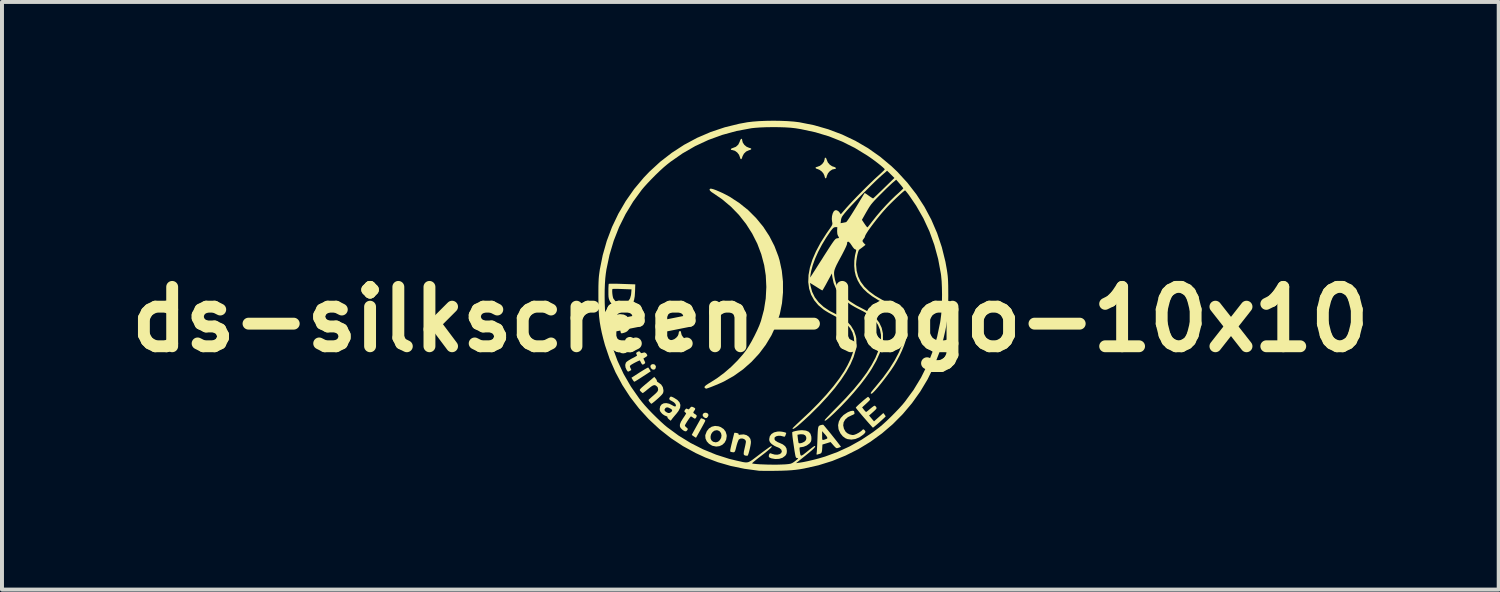
<source format=kicad_pcb>
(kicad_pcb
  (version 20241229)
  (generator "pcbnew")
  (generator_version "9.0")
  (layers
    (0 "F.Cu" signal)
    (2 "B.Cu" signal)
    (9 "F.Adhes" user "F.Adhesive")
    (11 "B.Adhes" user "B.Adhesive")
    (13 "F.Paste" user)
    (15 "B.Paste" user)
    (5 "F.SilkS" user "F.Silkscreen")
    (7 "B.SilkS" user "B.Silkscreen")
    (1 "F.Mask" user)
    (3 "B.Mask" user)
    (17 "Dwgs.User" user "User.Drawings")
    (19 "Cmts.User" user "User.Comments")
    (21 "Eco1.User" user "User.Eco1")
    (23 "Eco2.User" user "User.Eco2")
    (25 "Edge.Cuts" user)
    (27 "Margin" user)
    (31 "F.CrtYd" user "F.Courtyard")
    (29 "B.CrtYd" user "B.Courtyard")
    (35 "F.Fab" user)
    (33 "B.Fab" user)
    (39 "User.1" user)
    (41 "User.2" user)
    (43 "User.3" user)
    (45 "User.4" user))
  (footprint "ds-silkscreen-logo-10x10"
    (layer "F.Cu")
    (at 16.446 4.391)
    (property "Reference" "ds-silkscreen-logo-10x10" (at -0.539 0.629 0) (layer "F.SilkS") (effects (font (size 1.5 1.5) (thickness 0.3))))
    (attr board_only exclude_from_pos_files exclude_from_bom)
    (fp_poly (pts (xy -2.952 1.771) (xy -2.928 1.807) (xy -2.925 1.83) (xy -2.937 1.873) (xy -2.966 1.897) (xy -3.005 1.897) (xy -3.041 1.872) (xy -3.064 1.83) (xy -3.06 1.792) (xy -3.032 1.765) (xy -2.996 1.758)) (stroke (width 0) (type solid)) (fill yes) (layer "F.SilkS"))
    (fp_poly (pts (xy -1.649 2.988) (xy -1.609 3.01) (xy -1.596 3.045) (xy -1.612 3.088) (xy -1.641 3.119) (xy -1.673 3.122) (xy -1.713 3.101) (xy -1.741 3.067) (xy -1.743 3.032) (xy -1.724 3.002) (xy -1.688 2.986)) (stroke (width 0) (type solid)) (fill yes) (layer "F.SilkS"))
    (fp_poly (pts (xy -3.105 1.863) (xy -3.084 1.896) (xy -3.083 1.897) (xy -3.056 1.941) (xy -3.257 2.072) (xy -3.328 2.118) (xy -3.389 2.157) (xy -3.436 2.186) (xy -3.464 2.201) (xy -3.47 2.203) (xy -3.485 2.191) (xy -3.507 2.161) (xy -3.512 2.153) (xy -3.543 2.103) (xy -3.336 1.969) (xy -3.264 1.924) (xy -3.202 1.886) (xy -3.154 1.859) (xy -3.125 1.845) (xy -3.119 1.844)) (stroke (width 0) (type solid)) (fill yes) (layer "F.SilkS"))
    (fp_poly (pts (xy -1.769 3.129) (xy -1.734 3.142) (xy -1.723 3.147) (xy -1.688 3.166) (xy -1.677 3.183) (xy -1.684 3.206) (xy -1.686 3.209) (xy -1.707 3.25) (xy -1.737 3.306) (xy -1.772 3.37) (xy -1.809 3.437) (xy -1.845 3.501) (xy -1.876 3.556) (xy -1.899 3.597) (xy -1.911 3.617) (xy -1.912 3.619) (xy -1.926 3.611) (xy -1.956 3.592) (xy -1.966 3.585) (xy -1.999 3.563) (xy -2.017 3.548) (xy -2.018 3.546) (xy -2.011 3.531) (xy -1.991 3.494) (xy -1.962 3.441) (xy -1.928 3.379) (xy -1.891 3.312) (xy -1.855 3.248) (xy -1.824 3.192) (xy -1.8 3.15) (xy -1.787 3.129) (xy -1.785 3.127)) (stroke (width 0) (type solid)) (fill yes) (layer "F.SilkS"))
    (fp_poly (pts (xy -0.746 -3.914) (xy -0.746 -3.903) (xy -0.731 -3.841) (xy -0.692 -3.782) (xy -0.636 -3.735) (xy -0.57 -3.706) (xy -0.56 -3.704) (xy -0.522 -3.691) (xy -0.514 -3.675) (xy -0.536 -3.657) (xy -0.576 -3.644) (xy -0.645 -3.613) (xy -0.701 -3.559) (xy -0.737 -3.492) (xy -0.74 -3.48) (xy -0.756 -3.434) (xy -0.774 -3.417) (xy -0.789 -3.43) (xy -0.8 -3.464) (xy -0.825 -3.531) (xy -0.871 -3.589) (xy -0.928 -3.631) (xy -0.99 -3.649) (xy -0.999 -3.65) (xy -1.027 -3.656) (xy -1.031 -3.673) (xy -1.013 -3.691) (xy -0.977 -3.704) (xy -0.903 -3.733) (xy -0.845 -3.786) (xy -0.809 -3.858) (xy -0.807 -3.866) (xy -0.791 -3.908) (xy -0.772 -3.932) (xy -0.756 -3.935)) (stroke (width 0) (type solid)) (fill yes) (layer "F.SilkS"))
    (fp_poly (pts (xy 1.378 -3.44) (xy 1.392 -3.404) (xy 1.393 -3.4) (xy 1.419 -3.337) (xy 1.468 -3.28) (xy 1.528 -3.24) (xy 1.566 -3.228) (xy 1.603 -3.214) (xy 1.623 -3.196) (xy 1.621 -3.18) (xy 1.595 -3.172) (xy 1.592 -3.172) (xy 1.53 -3.158) (xy 1.471 -3.119) (xy 1.423 -3.063) (xy 1.394 -2.998) (xy 1.392 -2.988) (xy 1.38 -2.947) (xy 1.364 -2.933) (xy 1.349 -2.946) (xy 1.341 -2.969) (xy 1.331 -3.007) (xy 1.331 -3.007) (xy 1.306 -3.06) (xy 1.261 -3.112) (xy 1.204 -3.152) (xy 1.164 -3.168) (xy 1.12 -3.184) (xy 1.106 -3.202) (xy 1.121 -3.218) (xy 1.153 -3.227) (xy 1.219 -3.252) (xy 1.277 -3.297) (xy 1.319 -3.355) (xy 1.338 -3.417) (xy 1.338 -3.426) (xy 1.345 -3.454) (xy 1.36 -3.458)) (stroke (width 0) (type solid)) (fill yes) (layer "F.SilkS"))
    (fp_poly (pts (xy -2.306 0.922) (xy -2.292 0.945) (xy -2.288 0.968) (xy -2.274 1.024) (xy -2.237 1.079) (xy -2.186 1.123) (xy -2.128 1.15) (xy -2.099 1.154) (xy -2.068 1.162) (xy -2.057 1.171) (xy -2.058 1.193) (xy -2.083 1.21) (xy -2.124 1.217) (xy -2.125 1.217) (xy -2.17 1.231) (xy -2.217 1.266) (xy -2.256 1.315) (xy -2.28 1.367) (xy -2.283 1.378) (xy -2.296 1.423) (xy -2.317 1.44) (xy -2.341 1.429) (xy -2.35 1.407) (xy -2.352 1.381) (xy -2.365 1.34) (xy -2.399 1.294) (xy -2.445 1.252) (xy -2.494 1.225) (xy -2.511 1.219) (xy -2.556 1.203) (xy -2.572 1.183) (xy -2.559 1.163) (xy -2.515 1.148) (xy -2.514 1.148) (xy -2.461 1.128) (xy -2.411 1.091) (xy -2.372 1.045) (xy -2.353 0.999) (xy -2.352 0.99) (xy -2.345 0.949) (xy -2.328 0.923) (xy -2.307 0.922)) (stroke (width 0) (type solid)) (fill yes) (layer "F.SilkS"))
    (fp_poly (pts (xy -1.343 3.329) (xy -1.293 3.347) (xy -1.215 3.397) (xy -1.163 3.465) (xy -1.138 3.548) (xy -1.136 3.579) (xy -1.15 3.668) (xy -1.189 3.742) (xy -1.247 3.797) (xy -1.32 3.831) (xy -1.403 3.841) (xy -1.491 3.823) (xy -1.509 3.816) (xy -1.584 3.77) (xy -1.64 3.709) (xy -1.672 3.638) (xy -1.677 3.578) (xy -1.543 3.578) (xy -1.543 3.633) (xy -1.523 3.682) (xy -1.483 3.718) (xy -1.475 3.721) (xy -1.411 3.735) (xy -1.354 3.718) (xy -1.31 3.679) (xy -1.277 3.622) (xy -1.267 3.561) (xy -1.279 3.505) (xy -1.309 3.46) (xy -1.357 3.433) (xy -1.392 3.428) (xy -1.449 3.441) (xy -1.494 3.475) (xy -1.527 3.523) (xy -1.543 3.578) (xy -1.677 3.578) (xy -1.678 3.564) (xy -1.674 3.544) (xy -1.639 3.453) (xy -1.584 3.384) (xy -1.514 3.339) (xy -1.432 3.32)) (stroke (width 0) (type solid)) (fill yes) (layer "F.SilkS"))
    (fp_poly (pts (xy 2.077 2.942) (xy 2.085 2.958) (xy 2.091 2.994) (xy 2.094 3.002) (xy 2.085 3.021) (xy 2.045 3.042) (xy 2.022 3.051) (xy 1.927 3.097) (xy 1.859 3.157) (xy 1.818 3.227) (xy 1.807 3.305) (xy 1.825 3.389) (xy 1.865 3.462) (xy 1.909 3.503) (xy 1.971 3.534) (xy 2.037 3.549) (xy 2.076 3.547) (xy 2.136 3.526) (xy 2.202 3.491) (xy 2.26 3.451) (xy 2.283 3.43) (xy 2.307 3.407) (xy 2.325 3.408) (xy 2.342 3.422) (xy 2.366 3.451) (xy 2.367 3.479) (xy 2.343 3.512) (xy 2.313 3.54) (xy 2.217 3.608) (xy 2.116 3.65) (xy 2.014 3.665) (xy 1.917 3.653) (xy 1.866 3.633) (xy 1.797 3.583) (xy 1.738 3.51) (xy 1.696 3.423) (xy 1.688 3.397) (xy 1.678 3.301) (xy 1.697 3.208) (xy 1.744 3.12) (xy 1.817 3.043) (xy 1.914 2.979) (xy 1.938 2.967) (xy 1.997 2.944) (xy 2.045 2.936)) (stroke (width 0) (type solid)) (fill yes) (layer "F.SilkS"))
    (fp_poly (pts (xy -3.502 1.096) (xy -3.453 1.145) (xy -3.418 1.212) (xy -3.402 1.288) (xy -3.402 1.302) (xy -3.404 1.341) (xy -3.416 1.357) (xy -3.445 1.36) (xy -3.447 1.36) (xy -3.477 1.357) (xy -3.492 1.342) (xy -3.5 1.305) (xy -3.502 1.295) (xy -3.518 1.232) (xy -3.542 1.197) (xy -3.568 1.19) (xy -3.591 1.211) (xy -3.606 1.259) (xy -3.609 1.3) (xy -3.618 1.384) (xy -3.645 1.443) (xy -3.692 1.477) (xy -3.753 1.487) (xy -3.806 1.478) (xy -3.851 1.444) (xy -3.901 1.374) (xy -3.933 1.292) (xy -3.943 1.226) (xy -3.94 1.188) (xy -3.927 1.173) (xy -3.893 1.17) (xy -3.891 1.17) (xy -3.857 1.172) (xy -3.842 1.186) (xy -3.837 1.22) (xy -3.837 1.23) (xy -3.828 1.297) (xy -3.806 1.34) (xy -3.774 1.358) (xy -3.763 1.357) (xy -3.743 1.351) (xy -3.73 1.332) (xy -3.723 1.293) (xy -3.719 1.257) (xy -3.71 1.199) (xy -3.699 1.149) (xy -3.69 1.126) (xy -3.658 1.094) (xy -3.609 1.074) (xy -3.561 1.072)) (stroke (width 0) (type solid)) (fill yes) (layer "F.SilkS"))
    (fp_poly (pts (xy -3.984 -0.273) (xy -3.9 -0.272) (xy -3.803 -0.269) (xy -3.776 -0.268) (xy -3.446 -0.257) (xy -3.452 -0.073) (xy -3.46 0.046) (xy -3.477 0.138) (xy -3.504 0.209) (xy -3.543 0.264) (xy -3.593 0.305) (xy -3.666 0.338) (xy -3.753 0.353) (xy -3.842 0.35) (xy -3.902 0.336) (xy -3.981 0.297) (xy -4.039 0.246) (xy -4.086 0.174) (xy -4.103 0.136) (xy -4.115 0.1) (xy -4.122 0.057) (xy -4.125 -0.001) (xy -4.125 -0.072) (xy -4.029 -0.072) (xy -4.025 -0.017) (xy -4.017 0.039) (xy -4.006 0.085) (xy -3.999 0.102) (xy -3.95 0.165) (xy -3.882 0.205) (xy -3.802 0.221) (xy -3.712 0.211) (xy -3.668 0.197) (xy -3.617 0.16) (xy -3.578 0.098) (xy -3.554 0.013) (xy -3.549 -0.03) (xy -3.541 -0.13) (xy -3.777 -0.139) (xy -3.86 -0.142) (xy -3.932 -0.143) (xy -3.986 -0.143) (xy -4.017 -0.141) (xy -4.022 -0.14) (xy -4.028 -0.117) (xy -4.029 -0.072) (xy -4.125 -0.072) (xy -4.125 -0.081) (xy -4.125 -0.153) (xy -4.122 -0.214) (xy -4.119 -0.255) (xy -4.115 -0.27) (xy -4.097 -0.272) (xy -4.052 -0.273)) (stroke (width 0) (type solid)) (fill yes) (layer "F.SilkS"))
    (fp_poly (pts (xy -1.989 2.843) (xy -1.946 2.865) (xy -1.931 2.885) (xy -1.939 2.912) (xy -1.955 2.935) (xy -1.976 2.967) (xy -1.979 2.988) (xy -1.961 3.006) (xy -1.919 3.032) (xy -1.894 3.057) (xy -1.899 3.091) (xy -1.914 3.116) (xy -1.931 3.134) (xy -1.947 3.135) (xy -1.976 3.118) (xy -1.984 3.112) (xy -2.017 3.09) (xy -2.038 3.079) (xy -2.04 3.078) (xy -2.053 3.091) (xy -2.078 3.123) (xy -2.109 3.167) (xy -2.141 3.216) (xy -2.168 3.261) (xy -2.188 3.296) (xy -2.193 3.311) (xy -2.181 3.333) (xy -2.153 3.359) (xy -2.151 3.36) (xy -2.124 3.384) (xy -2.12 3.404) (xy -2.131 3.425) (xy -2.157 3.453) (xy -2.188 3.456) (xy -2.23 3.435) (xy -2.261 3.411) (xy -2.302 3.369) (xy -2.32 3.326) (xy -2.317 3.276) (xy -2.292 3.214) (xy -2.244 3.135) (xy -2.241 3.131) (xy -2.205 3.078) (xy -2.178 3.035) (xy -2.163 3.009) (xy -2.161 3.004) (xy -2.172 2.988) (xy -2.188 2.975) (xy -2.205 2.958) (xy -2.204 2.94) (xy -2.188 2.913) (xy -2.166 2.886) (xy -2.146 2.882) (xy -2.128 2.891) (xy -2.103 2.902) (xy -2.083 2.892) (xy -2.064 2.868) (xy -2.039 2.84) (xy -2.016 2.834)) (stroke (width 0) (type solid)) (fill yes) (layer "F.SilkS"))
    (fp_poly (pts (xy -2.928 2.126) (xy -2.906 2.159) (xy -2.899 2.183) (xy -2.9 2.186) (xy -2.893 2.202) (xy -2.865 2.222) (xy -2.854 2.228) (xy -2.792 2.274) (xy -2.75 2.34) (xy -2.734 2.419) (xy -2.734 2.425) (xy -2.737 2.464) (xy -2.749 2.497) (xy -2.776 2.532) (xy -2.809 2.566) (xy -2.857 2.612) (xy -2.91 2.659) (xy -2.96 2.702) (xy -3.003 2.736) (xy -3.032 2.757) (xy -3.04 2.76) (xy -3.055 2.749) (xy -3.08 2.721) (xy -3.083 2.718) (xy -3.104 2.686) (xy -3.112 2.666) (xy -3.112 2.665) (xy -3.099 2.651) (xy -3.067 2.621) (xy -3.022 2.58) (xy -2.988 2.551) (xy -2.932 2.501) (xy -2.897 2.465) (xy -2.878 2.437) (xy -2.87 2.412) (xy -2.869 2.395) (xy -2.879 2.345) (xy -2.911 2.311) (xy -2.94 2.293) (xy -2.969 2.289) (xy -3.003 2.3) (xy -3.048 2.328) (xy -3.109 2.376) (xy -3.133 2.395) (xy -3.183 2.437) (xy -3.225 2.469) (xy -3.251 2.487) (xy -3.257 2.49) (xy -3.275 2.479) (xy -3.303 2.454) (xy -3.307 2.45) (xy -3.322 2.434) (xy -3.331 2.421) (xy -3.332 2.407) (xy -3.321 2.389) (xy -3.297 2.363) (xy -3.256 2.326) (xy -3.196 2.275) (xy -3.124 2.215) (xy -2.966 2.081)) (stroke (width 0) (type solid)) (fill yes) (layer "F.SilkS"))
    (fp_poly (pts (xy 0.237 3.463) (xy 0.288 3.471) (xy 0.333 3.482) (xy 0.362 3.493) (xy 0.368 3.499) (xy 0.363 3.515) (xy 0.352 3.549) (xy 0.351 3.552) (xy 0.336 3.585) (xy 0.318 3.593) (xy 0.292 3.586) (xy 0.228 3.57) (xy 0.165 3.569) (xy 0.113 3.582) (xy 0.079 3.607) (xy 0.073 3.619) (xy 0.072 3.66) (xy 0.098 3.697) (xy 0.153 3.73) (xy 0.193 3.746) (xy 0.281 3.786) (xy 0.34 3.832) (xy 0.373 3.886) (xy 0.384 3.951) (xy 0.384 3.953) (xy 0.379 4.008) (xy 0.362 4.048) (xy 0.339 4.077) (xy 0.273 4.125) (xy 0.188 4.152) (xy 0.09 4.156) (xy -0.003 4.14) (xy -0.054 4.12) (xy -0.074 4.09) (xy -0.068 4.049) (xy -0.064 4.04) (xy -0.051 4.016) (xy -0.034 4.01) (xy -0.003 4.02) (xy 0.009 4.025) (xy 0.077 4.044) (xy 0.143 4.047) (xy 0.199 4.034) (xy 0.239 4.007) (xy 0.256 3.968) (xy 0.256 3.962) (xy 0.243 3.92) (xy 0.202 3.883) (xy 0.132 3.851) (xy 0.123 3.848) (xy 0.064 3.82) (xy 0.008 3.783) (xy -0.007 3.77) (xy -0.043 3.73) (xy -0.059 3.692) (xy -0.062 3.655) (xy -0.048 3.583) (xy -0.007 3.525) (xy 0.057 3.484) (xy 0.141 3.463) (xy 0.19 3.46)) (stroke (width 0) (type solid)) (fill yes) (layer "F.SilkS"))
    (fp_poly (pts (xy -3.336 1.438) (xy -3.32 1.458) (xy -3.3 1.479) (xy -3.277 1.48) (xy -3.255 1.471) (xy -3.211 1.462) (xy -3.174 1.482) (xy -3.147 1.521) (xy -3.142 1.543) (xy -3.159 1.564) (xy -3.186 1.583) (xy -3.241 1.617) (xy -3.215 1.673) (xy -3.198 1.71) (xy -3.197 1.731) (xy -3.212 1.747) (xy -3.218 1.752) (xy -3.25 1.77) (xy -3.271 1.767) (xy -3.292 1.738) (xy -3.3 1.722) (xy -3.318 1.687) (xy -3.33 1.667) (xy -3.331 1.666) (xy -3.346 1.669) (xy -3.381 1.684) (xy -3.428 1.707) (xy -3.478 1.733) (xy -3.523 1.759) (xy -3.556 1.779) (xy -3.564 1.786) (xy -3.581 1.805) (xy -3.581 1.827) (xy -3.567 1.857) (xy -3.552 1.89) (xy -3.547 1.908) (xy -3.548 1.909) (xy -3.567 1.92) (xy -3.597 1.936) (xy -3.623 1.947) (xy -3.63 1.949) (xy -3.642 1.937) (xy -3.663 1.909) (xy -3.664 1.908) (xy -3.693 1.843) (xy -3.7 1.778) (xy -3.684 1.723) (xy -3.682 1.719) (xy -3.656 1.693) (xy -3.609 1.661) (xy -3.551 1.626) (xy -3.529 1.615) (xy -3.472 1.586) (xy -3.429 1.561) (xy -3.405 1.546) (xy -3.402 1.542) (xy -3.408 1.523) (xy -3.418 1.503) (xy -3.424 1.48) (xy -3.409 1.461) (xy -3.388 1.449) (xy -3.355 1.434)) (stroke (width 0) (type solid)) (fill yes) (layer "F.SilkS"))
    (fp_poly (pts (xy -2.51 2.589) (xy -2.467 2.61) (xy -2.383 2.663) (xy -2.329 2.723) (xy -2.306 2.789) (xy -2.314 2.862) (xy -2.354 2.942) (xy -2.404 3.008) (xy -2.449 3.06) (xy -2.489 3.108) (xy -2.517 3.143) (xy -2.519 3.147) (xy -2.551 3.189) (xy -2.597 3.152) (xy -2.625 3.124) (xy -2.634 3.102) (xy -2.633 3.098) (xy -2.638 3.083) (xy -2.67 3.07) (xy -2.671 3.07) (xy -2.712 3.052) (xy -2.758 3.02) (xy -2.774 3.005) (xy -2.811 2.961) (xy -2.827 2.921) (xy -2.828 2.908) (xy -2.708 2.908) (xy -2.698 2.943) (xy -2.656 2.975) (xy -2.614 2.994) (xy -2.584 2.994) (xy -2.55 2.976) (xy -2.546 2.974) (xy -2.516 2.943) (xy -2.517 2.914) (xy -2.544 2.89) (xy -2.602 2.859) (xy -2.643 2.85) (xy -2.676 2.862) (xy -2.686 2.871) (xy -2.708 2.908) (xy -2.828 2.908) (xy -2.829 2.889) (xy -2.816 2.824) (xy -2.781 2.777) (xy -2.729 2.749) (xy -2.663 2.743) (xy -2.588 2.759) (xy -2.52 2.793) (xy -2.468 2.822) (xy -2.436 2.829) (xy -2.427 2.825) (xy -2.418 2.797) (xy -2.434 2.761) (xy -2.469 2.724) (xy -2.519 2.693) (xy -2.567 2.667) (xy -2.587 2.643) (xy -2.584 2.617) (xy -2.571 2.596) (xy -2.557 2.582) (xy -2.54 2.579)) (stroke (width 0) (type solid)) (fill yes) (layer "F.SilkS"))
    (fp_poly (pts (xy -0.89 3.497) (xy -0.882 3.498) (xy -0.843 3.511) (xy -0.834 3.528) (xy -0.835 3.531) (xy -0.835 3.544) (xy -0.814 3.545) (xy -0.787 3.54) (xy -0.706 3.534) (xy -0.634 3.553) (xy -0.576 3.593) (xy -0.537 3.649) (xy -0.524 3.719) (xy -0.527 3.764) (xy -0.537 3.824) (xy -0.551 3.891) (xy -0.567 3.956) (xy -0.583 4.013) (xy -0.598 4.055) (xy -0.61 4.073) (xy -0.61 4.073) (xy -0.638 4.072) (xy -0.663 4.069) (xy -0.689 4.06) (xy -0.704 4.043) (xy -0.707 4.012) (xy -0.701 3.962) (xy -0.684 3.886) (xy -0.683 3.882) (xy -0.668 3.817) (xy -0.657 3.761) (xy -0.651 3.723) (xy -0.65 3.716) (xy -0.664 3.677) (xy -0.699 3.65) (xy -0.744 3.637) (xy -0.791 3.64) (xy -0.829 3.663) (xy -0.83 3.663) (xy -0.844 3.69) (xy -0.863 3.739) (xy -0.883 3.803) (xy -0.893 3.842) (xy -0.911 3.912) (xy -0.925 3.956) (xy -0.941 3.98) (xy -0.963 3.987) (xy -0.995 3.983) (xy -1.026 3.977) (xy -1.038 3.973) (xy -1.046 3.965) (xy -1.048 3.949) (xy -1.045 3.919) (xy -1.035 3.871) (xy -1.019 3.8) (xy -1.003 3.735) (xy -0.984 3.653) (xy -0.966 3.582) (xy -0.953 3.529) (xy -0.945 3.499) (xy -0.943 3.494) (xy -0.926 3.493)) (stroke (width 0) (type solid)) (fill yes) (layer "F.SilkS"))
    (fp_poly (pts (xy -3.735 0.507) (xy -3.664 0.543) (xy -3.609 0.606) (xy -3.597 0.629) (xy -3.566 0.716) (xy -3.566 0.798) (xy -3.596 0.871) (xy -3.65 0.929) (xy -3.685 0.95) (xy -3.73 0.967) (xy -3.773 0.978) (xy -3.802 0.979) (xy -3.808 0.976) (xy -3.813 0.958) (xy -3.823 0.917) (xy -3.836 0.857) (xy -3.846 0.805) (xy -3.86 0.736) (xy -3.872 0.68) (xy -3.881 0.644) (xy -3.885 0.635) (xy -3.778 0.635) (xy -3.773 0.673) (xy -3.765 0.722) (xy -3.755 0.771) (xy -3.745 0.811) (xy -3.743 0.817) (xy -3.727 0.833) (xy -3.703 0.822) (xy -3.676 0.789) (xy -3.673 0.785) (xy -3.659 0.749) (xy -3.664 0.712) (xy -3.67 0.697) (xy -3.691 0.665) (xy -3.722 0.637) (xy -3.754 0.618) (xy -3.776 0.617) (xy -3.778 0.618) (xy -3.778 0.635) (xy -3.885 0.635) (xy -3.885 0.633) (xy -3.9 0.638) (xy -3.927 0.66) (xy -3.934 0.666) (xy -3.967 0.721) (xy -3.973 0.79) (xy -3.953 0.871) (xy -3.95 0.878) (xy -3.933 0.923) (xy -3.93 0.948) (xy -3.942 0.964) (xy -3.967 0.976) (xy -3.993 0.985) (xy -4.01 0.979) (xy -4.026 0.952) (xy -4.038 0.927) (xy -4.073 0.819) (xy -4.078 0.722) (xy -4.054 0.635) (xy -4.051 0.629) (xy -4 0.559) (xy -3.934 0.516) (xy -3.848 0.497) (xy -3.825 0.496)) (stroke (width 0) (type solid)) (fill yes) (layer "F.SilkS"))
    (fp_poly (pts (xy 1.303 3.291) (xy 1.318 3.306) (xy 1.348 3.341) (xy 1.39 3.392) (xy 1.441 3.453) (xy 1.497 3.522) (xy 1.554 3.594) (xy 1.61 3.664) (xy 1.661 3.729) (xy 1.703 3.783) (xy 1.734 3.824) (xy 1.749 3.845) (xy 1.749 3.848) (xy 1.732 3.856) (xy 1.696 3.869) (xy 1.688 3.872) (xy 1.658 3.881) (xy 1.635 3.88) (xy 1.613 3.865) (xy 1.581 3.833) (xy 1.56 3.809) (xy 1.488 3.727) (xy 1.385 3.759) (xy 1.282 3.79) (xy 1.278 3.868) (xy 1.273 3.938) (xy 1.264 3.983) (xy 1.249 4.008) (xy 1.226 4.021) (xy 1.22 4.023) (xy 1.178 4.035) (xy 1.155 4.043) (xy 1.136 4.045) (xy 1.133 4.028) (xy 1.136 4.007) (xy 1.14 3.976) (xy 1.144 3.92) (xy 1.148 3.844) (xy 1.152 3.756) (xy 1.155 3.683) (xy 1.157 3.63) (xy 1.275 3.63) (xy 1.279 3.664) (xy 1.294 3.676) (xy 1.326 3.669) (xy 1.381 3.649) (xy 1.382 3.649) (xy 1.403 3.637) (xy 1.407 3.621) (xy 1.395 3.594) (xy 1.363 3.552) (xy 1.331 3.516) (xy 1.275 3.452) (xy 1.275 3.568) (xy 1.275 3.63) (xy 1.157 3.63) (xy 1.159 3.567) (xy 1.163 3.479) (xy 1.168 3.414) (xy 1.174 3.369) (xy 1.182 3.34) (xy 1.194 3.321) (xy 1.21 3.31) (xy 1.231 3.302) (xy 1.235 3.301) (xy 1.275 3.291) (xy 1.301 3.29)) (stroke (width 0) (type solid)) (fill yes) (layer "F.SilkS"))
    (fp_poly (pts (xy 2.452 2.597) (xy 2.472 2.621) (xy 2.483 2.639) (xy 2.484 2.655) (xy 2.471 2.676) (xy 2.442 2.706) (xy 2.393 2.752) (xy 2.391 2.754) (xy 2.285 2.851) (xy 2.329 2.909) (xy 2.358 2.944) (xy 2.38 2.964) (xy 2.386 2.967) (xy 2.403 2.957) (xy 2.437 2.931) (xy 2.481 2.894) (xy 2.489 2.887) (xy 2.536 2.849) (xy 2.574 2.821) (xy 2.598 2.808) (xy 2.599 2.808) (xy 2.621 2.82) (xy 2.64 2.843) (xy 2.649 2.861) (xy 2.648 2.879) (xy 2.632 2.901) (xy 2.599 2.934) (xy 2.562 2.968) (xy 2.461 3.057) (xy 2.523 3.131) (xy 2.585 3.205) (xy 2.625 3.169) (xy 2.659 3.139) (xy 2.706 3.097) (xy 2.744 3.063) (xy 2.821 2.994) (xy 2.851 3.032) (xy 2.872 3.062) (xy 2.88 3.08) (xy 2.869 3.092) (xy 2.839 3.121) (xy 2.796 3.161) (xy 2.745 3.207) (xy 2.691 3.255) (xy 2.64 3.299) (xy 2.597 3.335) (xy 2.568 3.358) (xy 2.558 3.364) (xy 2.546 3.353) (xy 2.517 3.321) (xy 2.473 3.272) (xy 2.418 3.21) (xy 2.355 3.137) (xy 2.338 3.118) (xy 2.274 3.043) (xy 2.218 2.976) (xy 2.172 2.92) (xy 2.14 2.88) (xy 2.126 2.859) (xy 2.125 2.857) (xy 2.137 2.842) (xy 2.167 2.811) (xy 2.21 2.771) (xy 2.262 2.725) (xy 2.315 2.678) (xy 2.364 2.637) (xy 2.405 2.605) (xy 2.43 2.587) (xy 2.435 2.585)) (stroke (width 0) (type solid)) (fill yes) (layer "F.SilkS"))
    (fp_poly (pts (xy -1.519 -2.673) (xy -1.468 -2.659) (xy -1.4 -2.634) (xy -1.32 -2.6) (xy -1.234 -2.561) (xy -1.147 -2.517) (xy -1.064 -2.472) (xy -1.063 -2.472) (xy -0.82 -2.313) (xy -0.595 -2.133) (xy -0.393 -1.931) (xy -0.213 -1.712) (xy -0.059 -1.476) (xy 0.069 -1.227) (xy 0.169 -0.966) (xy 0.2 -0.862) (xy 0.256 -0.6) (xy 0.285 -0.328) (xy 0.286 -0.052) (xy 0.261 0.22) (xy 0.208 0.484) (xy 0.2 0.513) (xy 0.112 0.777) (xy -0.005 1.03) (xy -0.149 1.27) (xy -0.318 1.495) (xy -0.51 1.702) (xy -0.723 1.89) (xy -0.955 2.055) (xy -1.204 2.196) (xy -1.263 2.224) (xy -1.334 2.255) (xy -1.41 2.287) (xy -1.486 2.318) (xy -1.555 2.345) (xy -1.611 2.365) (xy -1.648 2.377) (xy -1.657 2.378) (xy -1.671 2.371) (xy -1.684 2.363) (xy -1.699 2.344) (xy -1.689 2.319) (xy -1.653 2.287) (xy -1.59 2.246) (xy -1.56 2.229) (xy -1.381 2.115) (xy -1.2 1.98) (xy -1.025 1.829) (xy -0.863 1.668) (xy -0.72 1.505) (xy -0.646 1.408) (xy -0.579 1.305) (xy -0.507 1.182) (xy -0.436 1.047) (xy -0.369 0.91) (xy -0.312 0.78) (xy -0.27 0.666) (xy -0.27 0.665) (xy -0.195 0.386) (xy -0.15 0.1) (xy -0.135 -0.19) (xy -0.149 -0.48) (xy -0.189 -0.74) (xy -0.262 -1.016) (xy -0.363 -1.284) (xy -0.493 -1.541) (xy -0.648 -1.784) (xy -0.827 -2.011) (xy -1.028 -2.218) (xy -1.25 -2.405) (xy -1.452 -2.544) (xy -1.52 -2.589) (xy -1.559 -2.625) (xy -1.571 -2.651) (xy -1.557 -2.67) (xy -1.547 -2.674)) (stroke (width 0) (type solid)) (fill yes) (layer "F.SilkS"))
    (fp_poly (pts (xy 0.227 -4.388) (xy 0.402 -4.381) (xy 0.561 -4.369) (xy 0.694 -4.353) (xy 1.067 -4.279) (xy 1.429 -4.175) (xy 1.779 -4.043) (xy 2.114 -3.884) (xy 2.435 -3.697) (xy 2.739 -3.483) (xy 3.025 -3.244) (xy 3.175 -3.101) (xy 3.428 -2.825) (xy 3.656 -2.531) (xy 3.858 -2.219) (xy 4.033 -1.892) (xy 4.18 -1.55) (xy 4.299 -1.194) (xy 4.39 -0.827) (xy 4.427 -0.62) (xy 4.438 -0.544) (xy 4.447 -0.473) (xy 4.453 -0.4) (xy 4.457 -0.321) (xy 4.46 -0.227) (xy 4.461 -0.115) (xy 4.462 0.023) (xy 4.462 0.032) (xy 4.46 0.219) (xy 4.455 0.381) (xy 4.446 0.526) (xy 4.431 0.661) (xy 4.41 0.795) (xy 4.382 0.934) (xy 4.347 1.085) (xy 4.338 1.122) (xy 4.232 1.476) (xy 4.099 1.817) (xy 3.939 2.143) (xy 3.753 2.453) (xy 3.544 2.746) (xy 3.313 3.02) (xy 3.06 3.275) (xy 2.788 3.508) (xy 2.497 3.719) (xy 2.189 3.907) (xy 1.866 4.069) (xy 1.529 4.206) (xy 1.179 4.315) (xy 0.817 4.396) (xy 0.702 4.416) (xy 0.604 4.429) (xy 0.502 4.439) (xy 0.388 4.446) (xy 0.256 4.451) (xy 0.113 4.454) (xy 0.003 4.455) (xy -0.099 4.455) (xy -0.189 4.455) (xy -0.261 4.454) (xy -0.31 4.453) (xy -0.324 4.452) (xy -0.687 4.403) (xy -1.03 4.332) (xy -1.359 4.237) (xy -1.677 4.117) (xy -1.916 4.007) (xy -2.241 3.83) (xy -2.548 3.627) (xy -2.836 3.4) (xy -3.104 3.151) (xy -3.35 2.881) (xy -3.574 2.592) (xy -3.773 2.286) (xy -3.946 1.964) (xy -4.093 1.628) (xy -4.211 1.28) (xy -4.254 1.122) (xy -4.292 0.967) (xy -4.321 0.826) (xy -4.344 0.692) (xy -4.36 0.557) (xy -4.37 0.415) (xy -4.376 0.257) (xy -4.378 0.077) (xy -4.378 0.05) (xy -4.22 0.05) (xy -4.218 0.212) (xy -4.212 0.364) (xy -4.202 0.5) (xy -4.191 0.589) (xy -4.122 0.964) (xy -4.023 1.325) (xy -3.896 1.673) (xy -3.741 2.006) (xy -3.557 2.325) (xy -3.345 2.629) (xy -3.28 2.712) (xy -3.208 2.798) (xy -3.118 2.897) (xy -3.016 3.003) (xy -2.909 3.109) (xy -2.804 3.209) (xy -2.707 3.297) (xy -2.638 3.354) (xy -2.352 3.564) (xy -2.049 3.75) (xy -1.731 3.912) (xy -1.404 4.046) (xy -1.072 4.152) (xy -0.886 4.197) (xy -0.795 4.217) (xy -0.725 4.233) (xy -0.671 4.241) (xy -0.626 4.242) (xy -0.585 4.233) (xy -0.542 4.212) (xy -0.491 4.179) (xy -0.428 4.132) (xy -0.345 4.069) (xy -0.316 4.047) (xy -0.217 3.972) (xy -0.14 3.916) (xy -0.084 3.875) (xy -0.044 3.848) (xy -0.019 3.834) (xy -0.005 3.83) (xy 0.001 3.836) (xy -0.000155 3.848) (xy -0.001 3.85) (xy -0.015 3.869) (xy -0.05 3.902) (xy -0.103 3.948) (xy -0.17 4.003) (xy -0.247 4.062) (xy -0.259 4.071) (xy -0.335 4.129) (xy -0.4 4.181) (xy -0.451 4.223) (xy -0.484 4.252) (xy -0.496 4.266) (xy -0.496 4.267) (xy -0.454 4.275) (xy -0.387 4.283) (xy -0.299 4.289) (xy -0.196 4.293) (xy -0.084 4.297) (xy 0.03 4.298) (xy 0.143 4.298) (xy 0.247 4.295) (xy 0.337 4.291) (xy 0.368 4.289) (xy 0.436 4.282) (xy 0.483 4.273) (xy 0.521 4.257) (xy 0.561 4.232) (xy 0.595 4.206) (xy 0.64 4.17) (xy 0.664 4.148) (xy 0.667 4.137) (xy 0.653 4.132) (xy 0.647 4.131) (xy 0.633 4.129) (xy 0.623 4.126) (xy 0.614 4.117) (xy 0.606 4.098) (xy 0.598 4.066) (xy 0.589 4.017) (xy 0.577 3.947) (xy 0.563 3.852) (xy 0.55 3.764) (xy 0.537 3.674) (xy 0.527 3.595) (xy 0.522 3.543) (xy 0.651 3.543) (xy 0.662 3.64) (xy 0.669 3.694) (xy 0.677 3.735) (xy 0.682 3.752) (xy 0.703 3.759) (xy 0.741 3.755) (xy 0.786 3.74) (xy 0.826 3.718) (xy 0.829 3.717) (xy 0.866 3.677) (xy 0.876 3.629) (xy 0.87 3.593) (xy 0.845 3.555) (xy 0.798 3.533) (xy 0.733 3.53) (xy 0.713 3.532) (xy 0.651 3.543) (xy 0.522 3.543) (xy 0.521 3.532) (xy 0.519 3.491) (xy 0.521 3.476) (xy 0.551 3.462) (xy 0.604 3.448) (xy 0.668 3.436) (xy 0.735 3.429) (xy 0.773 3.428) (xy 0.866 3.438) (xy 0.935 3.467) (xy 0.979 3.516) (xy 1.001 3.587) (xy 1.004 3.63) (xy 1.001 3.684) (xy 0.989 3.72) (xy 0.962 3.755) (xy 0.951 3.766) (xy 0.886 3.814) (xy 0.807 3.846) (xy 0.734 3.858) (xy 0.714 3.86) (xy 0.705 3.871) (xy 0.704 3.898) (xy 0.709 3.948) (xy 0.717 4.009) (xy 0.726 4.049) (xy 0.739 4.069) (xy 0.762 4.067) (xy 0.798 4.046) (xy 0.851 4.004) (xy 0.906 3.96) (xy 0.968 3.91) (xy 1.021 3.869) (xy 1.061 3.84) (xy 1.083 3.826) (xy 1.085 3.826) (xy 1.101 3.833) (xy 1.094 3.853) (xy 1.064 3.889) (xy 1.009 3.941) (xy 0.929 4.008) (xy 0.857 4.067) (xy 0.615 4.26) (xy 0.702 4.249) (xy 0.8 4.233) (xy 0.92 4.208) (xy 1.051 4.177) (xy 1.186 4.142) (xy 1.315 4.104) (xy 1.351 4.093) (xy 1.662 3.979) (xy 1.97 3.837) (xy 2.269 3.67) (xy 2.554 3.481) (xy 2.722 3.354) (xy 2.807 3.282) (xy 2.906 3.192) (xy 3.012 3.09) (xy 3.118 2.983) (xy 3.219 2.878) (xy 3.306 2.781) (xy 3.363 2.712) (xy 3.583 2.413) (xy 3.774 2.098) (xy 3.938 1.768) (xy 4.073 1.425) (xy 4.18 1.069) (xy 4.257 0.702) (xy 4.266 0.642) (xy 4.283 0.506) (xy 4.295 0.347) (xy 4.302 0.175) (xy 4.304 -0.002) (xy 4.301 -0.175) (xy 4.294 -0.337) (xy 4.281 -0.479) (xy 4.275 -0.524) (xy 4.206 -0.897) (xy 4.109 -1.254) (xy 3.985 -1.597) (xy 3.832 -1.927) (xy 3.65 -2.245) (xy 3.471 -2.508) (xy 3.431 -2.561) (xy 3.398 -2.602) (xy 3.375 -2.627) (xy 3.369 -2.631) (xy 3.352 -2.621) (xy 3.316 -2.592) (xy 3.265 -2.547) (xy 3.205 -2.492) (xy 3.138 -2.429) (xy 3.069 -2.362) (xy 3.002 -2.296) (xy 2.94 -2.234) (xy 2.889 -2.179) (xy 2.887 -2.177) (xy 2.807 -2.087) (xy 2.726 -1.991) (xy 2.647 -1.893) (xy 2.572 -1.796) (xy 2.504 -1.705) (xy 2.445 -1.623) (xy 2.4 -1.554) (xy 2.369 -1.5) (xy 2.356 -1.466) (xy 2.356 -1.463) (xy 2.346 -1.438) (xy 2.324 -1.407) (xy 2.298 -1.372) (xy 2.296 -1.343) (xy 2.319 -1.31) (xy 2.331 -1.296) (xy 2.371 -1.255) (xy 2.304 -1.202) (xy 2.262 -1.17) (xy 2.227 -1.145) (xy 2.215 -1.137) (xy 2.198 -1.114) (xy 2.181 -1.066) (xy 2.164 -1.001) (xy 2.15 -0.926) (xy 2.139 -0.849) (xy 2.134 -0.777) (xy 2.133 -0.757) (xy 2.146 -0.602) (xy 2.184 -0.458) (xy 2.249 -0.323) (xy 2.342 -0.198) (xy 2.464 -0.08) (xy 2.615 0.031) (xy 2.797 0.137) (xy 2.849 0.164) (xy 2.932 0.207) (xy 3.013 0.253) (xy 3.085 0.297) (xy 3.137 0.333) (xy 3.14 0.336) (xy 3.23 0.422) (xy 3.309 0.528) (xy 3.369 0.642) (xy 3.384 0.682) (xy 3.405 0.771) (xy 3.413 0.879) (xy 3.409 0.997) (xy 3.394 1.115) (xy 3.376 1.193) (xy 3.341 1.296) (xy 3.292 1.416) (xy 3.232 1.544) (xy 3.165 1.671) (xy 3.096 1.789) (xy 3.081 1.812) (xy 3.023 1.899) (xy 2.957 1.992) (xy 2.887 2.087) (xy 2.816 2.18) (xy 2.746 2.268) (xy 2.681 2.347) (xy 2.623 2.414) (xy 2.575 2.465) (xy 2.54 2.497) (xy 2.522 2.506) (xy 2.506 2.503) (xy 2.502 2.491) (xy 2.513 2.469) (xy 2.541 2.431) (xy 2.587 2.375) (xy 2.62 2.336) (xy 2.81 2.104) (xy 2.973 1.879) (xy 3.108 1.663) (xy 3.216 1.458) (xy 3.295 1.263) (xy 3.319 1.187) (xy 3.34 1.11) (xy 3.352 1.047) (xy 3.356 0.985) (xy 3.356 0.908) (xy 3.355 0.878) (xy 3.35 0.797) (xy 3.342 0.736) (xy 3.33 0.687) (xy 3.31 0.637) (xy 3.303 0.621) (xy 3.243 0.521) (xy 3.161 0.43) (xy 3.055 0.344) (xy 2.921 0.262) (xy 2.863 0.232) (xy 2.687 0.137) (xy 2.538 0.044) (xy 2.416 -0.049) (xy 2.316 -0.144) (xy 2.236 -0.245) (xy 2.173 -0.355) (xy 2.125 -0.474) (xy 2.098 -0.589) (xy 2.086 -0.72) (xy 2.088 -0.856) (xy 2.105 -0.986) (xy 2.115 -1.029) (xy 2.129 -1.084) (xy 2.135 -1.117) (xy 2.132 -1.132) (xy 2.12 -1.138) (xy 2.111 -1.14) (xy 2.085 -1.156) (xy 2.051 -1.196) (xy 2.022 -1.24) (xy 1.98 -1.3) (xy 1.947 -1.331) (xy 1.933 -1.335) (xy 1.911 -1.328) (xy 1.905 -1.299) (xy 1.906 -1.292) (xy 1.899 -1.259) (xy 1.875 -1.201) (xy 1.834 -1.116) (xy 1.777 -1.005) (xy 1.743 -0.942) (xy 1.684 -0.833) (xy 1.639 -0.746) (xy 1.608 -0.676) (xy 1.587 -0.619) (xy 1.577 -0.567) (xy 1.576 -0.517) (xy 1.582 -0.462) (xy 1.594 -0.398) (xy 1.599 -0.371) (xy 1.647 -0.22) (xy 1.725 -0.08) (xy 1.833 0.05) (xy 1.97 0.168) (xy 2.136 0.274) (xy 2.244 0.33) (xy 2.39 0.407) (xy 2.508 0.485) (xy 2.606 0.57) (xy 2.629 0.593) (xy 2.718 0.711) (xy 2.779 0.841) (xy 2.81 0.983) (xy 2.812 1.138) (xy 2.784 1.305) (xy 2.728 1.484) (xy 2.642 1.675) (xy 2.527 1.877) (xy 2.471 1.965) (xy 2.36 2.122) (xy 2.228 2.293) (xy 2.08 2.47) (xy 1.922 2.648) (xy 1.758 2.821) (xy 1.593 2.984) (xy 1.552 3.023) (xy 1.475 3.094) (xy 1.417 3.144) (xy 1.377 3.175) (xy 1.352 3.188) (xy 1.34 3.185) (xy 1.338 3.174) (xy 1.349 3.159) (xy 1.379 3.125) (xy 1.427 3.075) (xy 1.488 3.011) (xy 1.56 2.937) (xy 1.64 2.856) (xy 1.644 2.852) (xy 1.875 2.614) (xy 2.078 2.389) (xy 2.253 2.176) (xy 2.402 1.973) (xy 2.524 1.781) (xy 2.622 1.598) (xy 2.694 1.424) (xy 2.742 1.256) (xy 2.761 1.144) (xy 2.762 1.017) (xy 2.736 0.887) (xy 2.685 0.764) (xy 2.612 0.655) (xy 2.583 0.623) (xy 2.524 0.567) (xy 2.465 0.519) (xy 2.397 0.474) (xy 2.314 0.426) (xy 2.229 0.382) (xy 2.154 0.344) (xy 2.08 0.303) (xy 2.017 0.266) (xy 1.992 0.251) (xy 1.845 0.136) (xy 1.724 0.008) (xy 1.631 -0.134) (xy 1.566 -0.288) (xy 1.533 -0.441) (xy 1.521 -0.532) (xy 1.404 -0.317) (xy 1.364 -0.243) (xy 1.328 -0.18) (xy 1.301 -0.133) (xy 1.284 -0.107) (xy 1.28 -0.103) (xy 1.265 -0.111) (xy 1.228 -0.132) (xy 1.176 -0.164) (xy 1.121 -0.199) (xy 0.969 -0.294) (xy 0.98 -0.226) (xy 1.021 -0.072) (xy 1.089 0.069) (xy 1.187 0.197) (xy 1.313 0.313) (xy 1.468 0.416) (xy 1.611 0.489) (xy 1.767 0.574) (xy 1.897 0.674) (xy 2.002 0.788) (xy 2.079 0.915) (xy 2.127 1.052) (xy 2.138 1.111) (xy 2.143 1.256) (xy 2.12 1.413) (xy 2.069 1.583) (xy 1.991 1.763) (xy 1.885 1.954) (xy 1.753 2.154) (xy 1.595 2.364) (xy 1.41 2.581) (xy 1.201 2.807) (xy 0.967 3.039) (xy 0.816 3.179) (xy 0.72 3.265) (xy 0.645 3.329) (xy 0.589 3.371) (xy 0.552 3.393) (xy 0.532 3.396) (xy 0.527 3.384) (xy 0.538 3.369) (xy 0.569 3.337) (xy 0.617 3.29) (xy 0.677 3.234) (xy 0.743 3.172) (xy 0.977 2.953) (xy 1.192 2.736) (xy 1.386 2.525) (xy 1.559 2.32) (xy 1.708 2.124) (xy 1.832 1.939) (xy 1.916 1.79) (xy 1.99 1.636) (xy 2.041 1.499) (xy 2.073 1.373) (xy 2.086 1.252) (xy 2.087 1.218) (xy 2.076 1.083) (xy 2.042 0.961) (xy 1.984 0.852) (xy 1.9 0.752) (xy 1.787 0.659) (xy 1.646 0.571) (xy 1.59 0.542) (xy 1.51 0.499) (xy 1.429 0.454) (xy 1.358 0.411) (xy 1.312 0.381) (xy 1.178 0.269) (xy 1.073 0.143) (xy 0.995 0.003) (xy 0.946 -0.149) (xy 0.924 -0.315) (xy 0.929 -0.429) (xy 0.972 -0.429) (xy 1.004 -0.477) (xy 1.02 -0.501) (xy 1.05 -0.549) (xy 1.094 -0.617) (xy 1.147 -0.701) (xy 1.208 -0.797) (xy 1.276 -0.902) (xy 1.318 -0.97) (xy 1.396 -1.091) (xy 1.458 -1.188) (xy 1.508 -1.264) (xy 1.547 -1.321) (xy 1.577 -1.362) (xy 1.6 -1.389) (xy 1.618 -1.406) (xy 1.633 -1.415) (xy 1.648 -1.419) (xy 1.653 -1.42) (xy 1.69 -1.425) (xy 1.701 -1.436) (xy 1.689 -1.462) (xy 1.677 -1.48) (xy 1.659 -1.528) (xy 1.654 -1.598) (xy 1.654 -1.612) (xy 1.658 -1.702) (xy 1.61 -1.702) (xy 1.581 -1.697) (xy 1.555 -1.681) (xy 1.524 -1.647) (xy 1.491 -1.605) (xy 1.376 -1.435) (xy 1.27 -1.259) (xy 1.177 -1.083) (xy 1.099 -0.91) (xy 1.039 -0.746) (xy 0.998 -0.596) (xy 0.982 -0.508) (xy 0.972 -0.429) (xy 0.929 -0.429) (xy 0.931 -0.492) (xy 0.966 -0.682) (xy 1.029 -0.882) (xy 1.12 -1.093) (xy 1.239 -1.315) (xy 1.386 -1.546) (xy 1.434 -1.615) (xy 1.48 -1.68) (xy 1.51 -1.726) (xy 1.527 -1.758) (xy 1.534 -1.784) (xy 1.533 -1.802) (xy 1.741 -1.802) (xy 1.798 -1.812) (xy 1.844 -1.821) (xy 1.88 -1.829) (xy 1.882 -1.83) (xy 1.897 -1.845) (xy 1.926 -1.884) (xy 1.928 -1.887) (xy 2.28 -1.887) (xy 2.344 -1.79) (xy 2.377 -1.743) (xy 2.403 -1.71) (xy 2.419 -1.697) (xy 2.42 -1.697) (xy 2.433 -1.71) (xy 2.461 -1.745) (xy 2.5 -1.795) (xy 2.546 -1.855) (xy 2.551 -1.86) (xy 2.649 -1.984) (xy 2.763 -2.118) (xy 2.886 -2.253) (xy 3.01 -2.382) (xy 3.127 -2.495) (xy 3.173 -2.536) (xy 3.23 -2.588) (xy 3.278 -2.632) (xy 3.311 -2.665) (xy 3.325 -2.681) (xy 3.326 -2.682) (xy 3.316 -2.698) (xy 3.29 -2.732) (xy 3.253 -2.777) (xy 3.236 -2.797) (xy 3.146 -2.901) (xy 3.066 -2.834) (xy 3.03 -2.802) (xy 2.977 -2.752) (xy 2.91 -2.689) (xy 2.837 -2.617) (xy 2.76 -2.54) (xy 2.746 -2.527) (xy 2.664 -2.444) (xy 2.6 -2.378) (xy 2.551 -2.322) (xy 2.51 -2.273) (xy 2.475 -2.223) (xy 2.44 -2.167) (xy 2.401 -2.1) (xy 2.393 -2.087) (xy 2.28 -1.887) (xy 1.928 -1.887) (xy 1.966 -1.943) (xy 2.015 -2.019) (xy 2.07 -2.107) (xy 2.127 -2.199) (xy 2.185 -2.295) (xy 2.237 -2.382) (xy 2.282 -2.456) (xy 2.317 -2.514) (xy 2.34 -2.551) (xy 2.349 -2.565) (xy 2.362 -2.559) (xy 2.395 -2.538) (xy 2.44 -2.506) (xy 2.452 -2.497) (xy 2.501 -2.463) (xy 2.539 -2.439) (xy 2.561 -2.428) (xy 2.563 -2.428) (xy 2.577 -2.44) (xy 2.611 -2.471) (xy 2.661 -2.518) (xy 2.723 -2.578) (xy 2.795 -2.647) (xy 2.838 -2.689) (xy 3.101 -2.945) (xy 3.009 -3.037) (xy 2.916 -3.128) (xy 2.783 -3.012) (xy 2.715 -2.951) (xy 2.63 -2.871) (xy 2.533 -2.776) (xy 2.428 -2.672) (xy 2.319 -2.564) (xy 2.212 -2.455) (xy 2.111 -2.35) (xy 2.02 -2.254) (xy 1.944 -2.171) (xy 1.903 -2.125) (xy 1.845 -2.057) (xy 1.805 -2.006) (xy 1.778 -1.967) (xy 1.763 -1.934) (xy 1.754 -1.902) (xy 1.751 -1.881) (xy 1.741 -1.802) (xy 1.533 -1.802) (xy 1.533 -1.809) (xy 1.527 -1.837) (xy 1.519 -1.907) (xy 1.524 -1.98) (xy 1.541 -2.046) (xy 1.566 -2.098) (xy 1.598 -2.127) (xy 1.6 -2.128) (xy 1.644 -2.129) (xy 1.688 -2.104) (xy 1.717 -2.07) (xy 1.746 -2.027) (xy 1.887 -2.19) (xy 1.96 -2.271) (xy 2.051 -2.368) (xy 2.154 -2.476) (xy 2.266 -2.59) (xy 2.379 -2.703) (xy 2.491 -2.812) (xy 2.593 -2.911) (xy 2.683 -2.994) (xy 2.706 -3.014) (xy 2.763 -3.066) (xy 2.81 -3.111) (xy 2.843 -3.144) (xy 2.857 -3.162) (xy 2.857 -3.163) (xy 2.844 -3.181) (xy 2.81 -3.213) (xy 2.758 -3.258) (xy 2.693 -3.31) (xy 2.619 -3.367) (xy 2.54 -3.425) (xy 2.46 -3.481) (xy 2.411 -3.514) (xy 2.1 -3.704) (xy 1.78 -3.864) (xy 1.448 -3.996) (xy 1.102 -4.1) (xy 0.74 -4.178) (xy 0.598 -4.201) (xy 0.482 -4.214) (xy 0.342 -4.223) (xy 0.186 -4.228) (xy 0.024 -4.229) (xy -0.138 -4.227) (xy -0.29 -4.221) (xy -0.426 -4.211) (xy -0.515 -4.201) (xy -0.89 -4.131) (xy -1.251 -4.032) (xy -1.599 -3.905) (xy -1.932 -3.75) (xy -2.251 -3.566) (xy -2.555 -3.354) (xy -2.638 -3.289) (xy -2.724 -3.217) (xy -2.823 -3.127) (xy -2.929 -3.025) (xy -3.035 -2.918) (xy -3.135 -2.813) (xy -3.223 -2.716) (xy -3.28 -2.648) (xy -3.5 -2.348) (xy -3.691 -2.033) (xy -3.855 -1.704) (xy -3.99 -1.36) (xy -4.097 -1.003) (xy -4.175 -0.632) (xy -4.191 -0.524) (xy -4.204 -0.408) (xy -4.213 -0.268) (xy -4.219 -0.112) (xy -4.22 0.05) (xy -4.378 0.05) (xy -4.378 0.032) (xy -4.378 -0.107) (xy -4.377 -0.221) (xy -4.374 -0.315) (xy -4.37 -0.396) (xy -4.364 -0.468) (xy -4.355 -0.539) (xy -4.344 -0.615) (xy -4.344 -0.62) (xy -4.269 -0.993) (xy -4.166 -1.355) (xy -4.034 -1.705) (xy -3.874 -2.04) (xy -3.687 -2.361) (xy -3.474 -2.665) (xy -3.234 -2.951) (xy -3.091 -3.101) (xy -2.816 -3.354) (xy -2.521 -3.582) (xy -2.21 -3.784) (xy -1.883 -3.959) (xy -1.541 -4.106) (xy -1.185 -4.225) (xy -0.818 -4.315) (xy -0.61 -4.353) (xy -0.474 -4.369) (xy -0.315 -4.381) (xy -0.139 -4.388) (xy 0.044 -4.391)) (stroke (width 0) (type solid)) (fill yes) (layer "F.SilkS")))
  (gr_rect
    (start -3 -3)
    (end 34.814 11.846)
    (stroke (width 0.1) (type default))
    (fill no)
    (layer "Edge.Cuts")))
</source>
